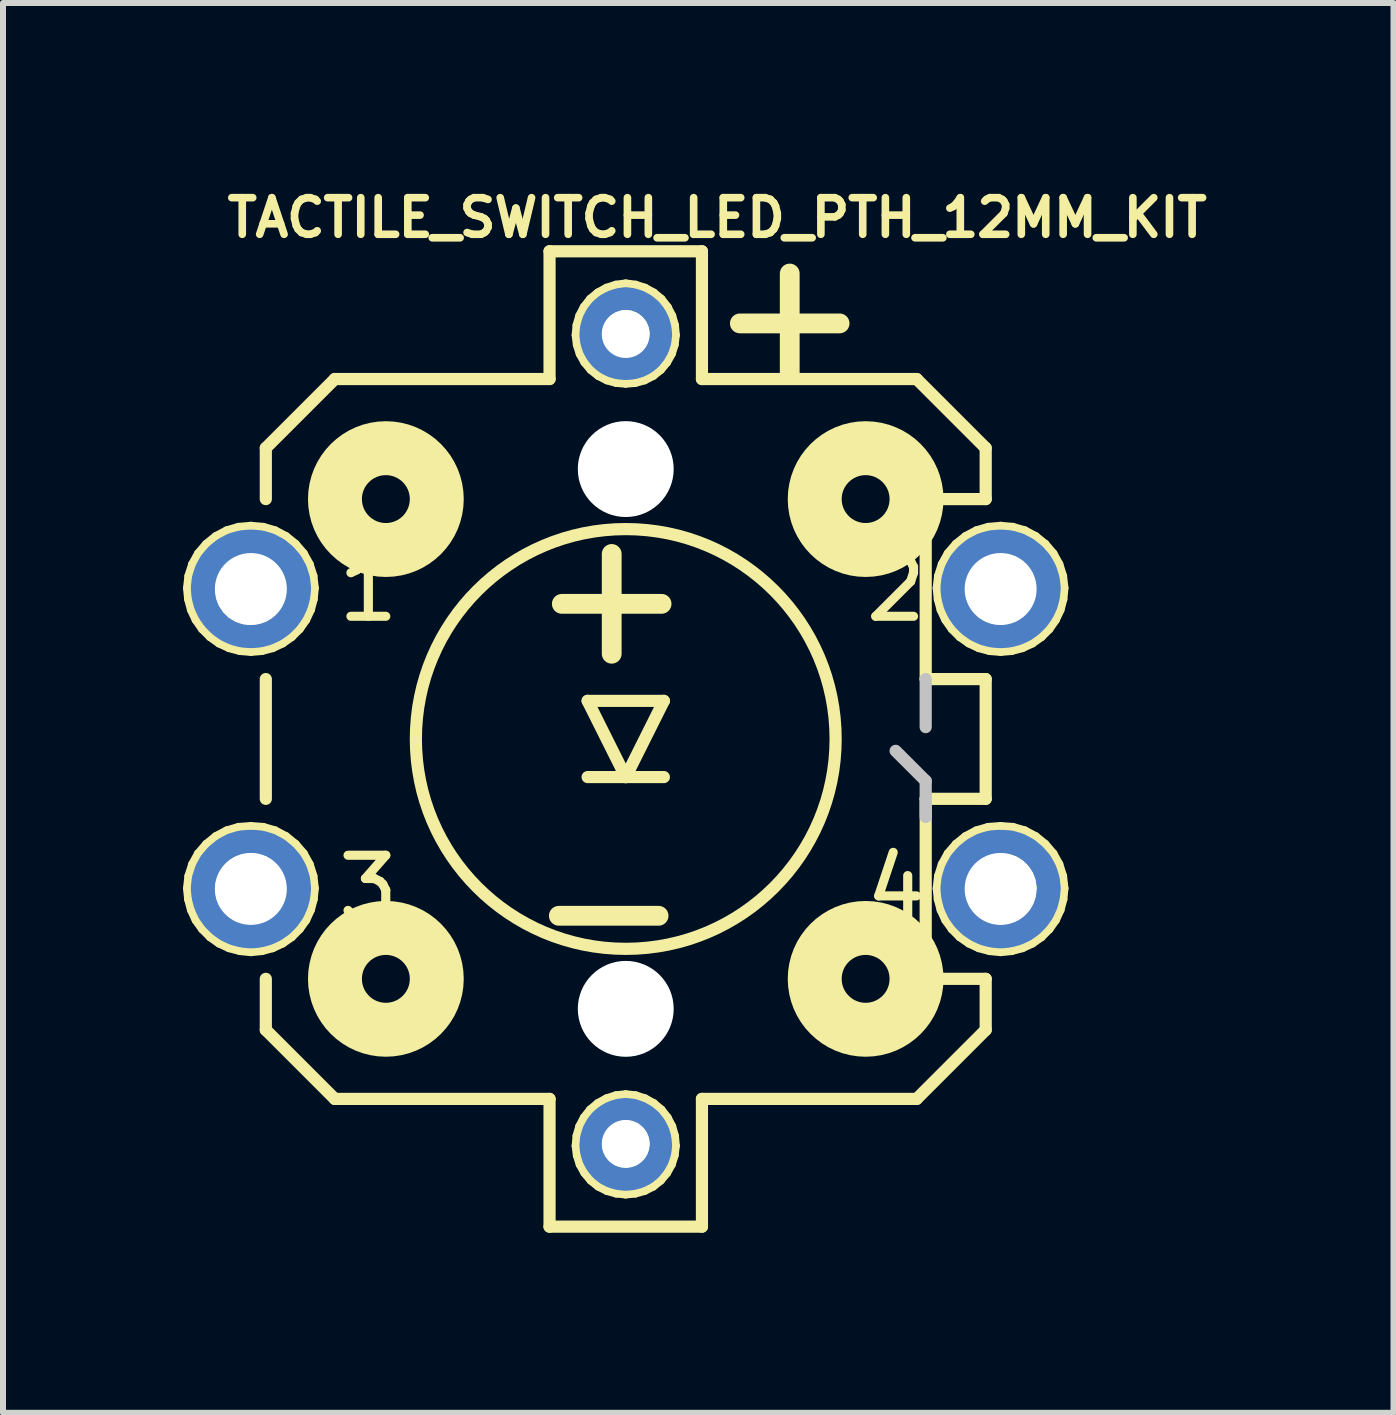
<source format=kicad_pcb>
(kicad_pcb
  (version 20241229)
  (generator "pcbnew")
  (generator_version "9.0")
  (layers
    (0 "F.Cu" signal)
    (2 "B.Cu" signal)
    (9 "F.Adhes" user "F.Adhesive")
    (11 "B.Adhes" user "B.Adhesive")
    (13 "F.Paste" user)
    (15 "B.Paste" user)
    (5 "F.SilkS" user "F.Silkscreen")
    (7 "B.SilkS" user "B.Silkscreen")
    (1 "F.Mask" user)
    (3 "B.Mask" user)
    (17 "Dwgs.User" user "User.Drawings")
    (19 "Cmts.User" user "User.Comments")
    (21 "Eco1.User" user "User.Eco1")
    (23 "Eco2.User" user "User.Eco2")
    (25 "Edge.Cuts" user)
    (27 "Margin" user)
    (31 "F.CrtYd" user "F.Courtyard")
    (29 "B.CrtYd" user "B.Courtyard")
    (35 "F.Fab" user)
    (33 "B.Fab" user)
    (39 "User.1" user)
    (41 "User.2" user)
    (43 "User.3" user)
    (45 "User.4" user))
  (footprint "TACTILE_SWITCH_LED_PTH_12MM_KIT"
    (layer "F.Cu")
    (at 7.379 9.266)
    (property "Reference" "TACTILE_SWITCH_LED_PTH_12MM_KIT" (at 1.524 -8.687 0) (layer "F.SilkS") (effects (font (size 0.61 0.61) (thickness 0.127))))
    (attr exclude_from_pos_files exclude_from_bom)
    (fp_line (start -7.315 -2.515) (end -7.297 -2.329) (stroke (width 0.127) (type solid)) (layer "F.SilkS"))
    (fp_line (start -7.315 2.489) (end -7.297 2.672) (stroke (width 0.127) (type solid)) (layer "F.SilkS"))
    (fp_line (start -7.297 -2.329) (end -7.249 -2.149) (stroke (width 0.127) (type solid)) (layer "F.SilkS"))
    (fp_line (start -7.297 2.672) (end -7.249 2.852) (stroke (width 0.127) (type solid)) (layer "F.SilkS"))
    (fp_line (start -7.292 -2.718) (end -7.315 -2.515) (stroke (width 0.127) (type solid)) (layer "F.SilkS"))
    (fp_line (start -7.292 2.283) (end -7.315 2.489) (stroke (width 0.127) (type solid)) (layer "F.SilkS"))
    (fp_line (start -7.249 -2.149) (end -7.17 -1.981) (stroke (width 0.127) (type solid)) (layer "F.SilkS"))
    (fp_line (start -7.249 2.852) (end -7.17 3.023) (stroke (width 0.127) (type solid)) (layer "F.SilkS"))
    (fp_line (start -7.229 -2.916) (end -7.292 -2.718) (stroke (width 0.127) (type solid)) (layer "F.SilkS"))
    (fp_line (start -7.229 2.085) (end -7.292 2.283) (stroke (width 0.127) (type solid)) (layer "F.SilkS"))
    (fp_line (start -7.17 -1.981) (end -7.064 -1.829) (stroke (width 0.127) (type solid)) (layer "F.SilkS"))
    (fp_line (start -7.17 3.023) (end -7.064 3.172) (stroke (width 0.127) (type solid)) (layer "F.SilkS"))
    (fp_line (start -7.13 -3.096) (end -7.229 -2.916) (stroke (width 0.127) (type solid)) (layer "F.SilkS"))
    (fp_line (start -7.13 1.905) (end -7.229 2.085) (stroke (width 0.127) (type solid)) (layer "F.SilkS"))
    (fp_line (start -7.064 -1.829) (end -6.932 -1.697) (stroke (width 0.127) (type solid)) (layer "F.SilkS"))
    (fp_line (start -7.064 3.172) (end -6.932 3.305) (stroke (width 0.127) (type solid)) (layer "F.SilkS"))
    (fp_line (start -6.995 -3.254) (end -7.13 -3.096) (stroke (width 0.127) (type solid)) (layer "F.SilkS"))
    (fp_line (start -6.995 1.748) (end -7.13 1.905) (stroke (width 0.127) (type solid)) (layer "F.SilkS"))
    (fp_line (start -6.932 -1.697) (end -6.782 -1.59) (stroke (width 0.127) (type solid)) (layer "F.SilkS"))
    (fp_line (start -6.932 3.305) (end -6.782 3.411) (stroke (width 0.127) (type solid)) (layer "F.SilkS"))
    (fp_line (start -6.835 -3.383) (end -6.995 -3.254) (stroke (width 0.127) (type solid)) (layer "F.SilkS"))
    (fp_line (start -6.835 1.618) (end -6.995 1.748) (stroke (width 0.127) (type solid)) (layer "F.SilkS"))
    (fp_line (start -6.782 -1.59) (end -6.612 -1.511) (stroke (width 0.127) (type solid)) (layer "F.SilkS"))
    (fp_line (start -6.782 2.52) (end -6.764 2.634) (stroke (width 0.127) (type solid)) (layer "F.SilkS"))
    (fp_line (start -6.782 3.411) (end -6.612 3.49) (stroke (width 0.127) (type solid)) (layer "F.SilkS"))
    (fp_line (start -6.777 -2.469) (end -6.761 -2.355) (stroke (width 0.127) (type solid)) (layer "F.SilkS"))
    (fp_line (start -6.769 2.398) (end -6.782 2.52) (stroke (width 0.127) (type solid)) (layer "F.SilkS"))
    (fp_line (start -6.767 -2.591) (end -6.777 -2.469) (stroke (width 0.127) (type solid)) (layer "F.SilkS"))
    (fp_line (start -6.764 2.634) (end -6.723 2.741) (stroke (width 0.127) (type solid)) (layer "F.SilkS"))
    (fp_line (start -6.761 -2.355) (end -6.721 -2.248) (stroke (width 0.127) (type solid)) (layer "F.SilkS"))
    (fp_line (start -6.731 2.283) (end -6.769 2.398) (stroke (width 0.127) (type solid)) (layer "F.SilkS"))
    (fp_line (start -6.728 -2.705) (end -6.767 -2.591) (stroke (width 0.127) (type solid)) (layer "F.SilkS"))
    (fp_line (start -6.723 2.741) (end -6.66 2.837) (stroke (width 0.127) (type solid)) (layer "F.SilkS"))
    (fp_line (start -6.721 -2.248) (end -6.657 -2.151) (stroke (width 0.127) (type solid)) (layer "F.SilkS"))
    (fp_line (start -6.67 2.179) (end -6.731 2.283) (stroke (width 0.127) (type solid)) (layer "F.SilkS"))
    (fp_line (start -6.668 -2.809) (end -6.728 -2.705) (stroke (width 0.127) (type solid)) (layer "F.SilkS"))
    (fp_line (start -6.66 2.837) (end -6.576 2.918) (stroke (width 0.127) (type solid)) (layer "F.SilkS"))
    (fp_line (start -6.657 -2.151) (end -6.574 -2.07) (stroke (width 0.127) (type solid)) (layer "F.SilkS"))
    (fp_line (start -6.652 -3.48) (end -6.835 -3.383) (stroke (width 0.127) (type solid)) (layer "F.SilkS"))
    (fp_line (start -6.652 1.521) (end -6.835 1.618) (stroke (width 0.127) (type solid)) (layer "F.SilkS"))
    (fp_line (start -6.612 -1.511) (end -6.431 -1.463) (stroke (width 0.127) (type solid)) (layer "F.SilkS"))
    (fp_line (start -6.612 3.49) (end -6.431 3.538) (stroke (width 0.127) (type solid)) (layer "F.SilkS"))
    (fp_line (start -6.586 2.093) (end -6.67 2.179) (stroke (width 0.127) (type solid)) (layer "F.SilkS"))
    (fp_line (start -6.584 -2.896) (end -6.668 -2.809) (stroke (width 0.127) (type solid)) (layer "F.SilkS"))
    (fp_line (start -6.576 2.918) (end -6.477 2.977) (stroke (width 0.127) (type solid)) (layer "F.SilkS"))
    (fp_line (start -6.574 -2.07) (end -6.474 -2.012) (stroke (width 0.127) (type solid)) (layer "F.SilkS"))
    (fp_line (start -6.485 2.024) (end -6.586 2.093) (stroke (width 0.127) (type solid)) (layer "F.SilkS"))
    (fp_line (start -6.482 -2.964) (end -6.584 -2.896) (stroke (width 0.127) (type solid)) (layer "F.SilkS"))
    (fp_line (start -6.477 2.977) (end -6.368 3.012) (stroke (width 0.127) (type solid)) (layer "F.SilkS"))
    (fp_line (start -6.474 -2.012) (end -6.365 -1.976) (stroke (width 0.127) (type solid)) (layer "F.SilkS"))
    (fp_line (start -6.454 -3.538) (end -6.652 -3.48) (stroke (width 0.127) (type solid)) (layer "F.SilkS"))
    (fp_line (start -6.454 1.463) (end -6.652 1.521) (stroke (width 0.127) (type solid)) (layer "F.SilkS"))
    (fp_line (start -6.431 -1.463) (end -6.248 -1.448) (stroke (width 0.127) (type solid)) (layer "F.SilkS"))
    (fp_line (start -6.431 3.538) (end -6.248 3.556) (stroke (width 0.127) (type solid)) (layer "F.SilkS"))
    (fp_line (start -6.373 1.984) (end -6.485 2.024) (stroke (width 0.127) (type solid)) (layer "F.SilkS"))
    (fp_line (start -6.37 -3.005) (end -6.482 -2.964) (stroke (width 0.127) (type solid)) (layer "F.SilkS"))
    (fp_line (start -6.368 3.012) (end -6.253 3.025) (stroke (width 0.127) (type solid)) (layer "F.SilkS"))
    (fp_line (start -6.365 -1.976) (end -6.251 -1.963) (stroke (width 0.127) (type solid)) (layer "F.SilkS"))
    (fp_line (start -6.253 3.025) (end -6.134 3.007) (stroke (width 0.127) (type solid)) (layer "F.SilkS"))
    (fp_line (start -6.251 -1.963) (end -6.132 -1.981) (stroke (width 0.127) (type solid)) (layer "F.SilkS"))
    (fp_line (start -6.251 1.968) (end -6.373 1.984) (stroke (width 0.127) (type solid)) (layer "F.SilkS"))
    (fp_line (start -6.248 -3.556) (end -6.454 -3.538) (stroke (width 0.127) (type solid)) (layer "F.SilkS"))
    (fp_line (start -6.248 -3.02) (end -6.37 -3.005) (stroke (width 0.127) (type solid)) (layer "F.SilkS"))
    (fp_line (start -6.248 -1.448) (end -6.063 -1.463) (stroke (width 0.127) (type solid)) (layer "F.SilkS"))
    (fp_line (start -6.248 1.448) (end -6.454 1.463) (stroke (width 0.127) (type solid)) (layer "F.SilkS"))
    (fp_line (start -6.248 3.556) (end -6.063 3.538) (stroke (width 0.127) (type solid)) (layer "F.SilkS"))
    (fp_line (start -6.137 1.979) (end -6.251 1.968) (stroke (width 0.127) (type solid)) (layer "F.SilkS"))
    (fp_line (start -6.134 -3.01) (end -6.248 -3.02) (stroke (width 0.127) (type solid)) (layer "F.SilkS"))
    (fp_line (start -6.134 3.007) (end -6.02 2.967) (stroke (width 0.127) (type solid)) (layer "F.SilkS"))
    (fp_line (start -6.132 -1.981) (end -6.017 -2.022) (stroke (width 0.127) (type solid)) (layer "F.SilkS"))
    (fp_line (start -6.063 -1.463) (end -5.883 -1.511) (stroke (width 0.127) (type solid)) (layer "F.SilkS"))
    (fp_line (start -6.063 3.538) (end -5.883 3.49) (stroke (width 0.127) (type solid)) (layer "F.SilkS"))
    (fp_line (start -6.04 -3.538) (end -6.248 -3.556) (stroke (width 0.127) (type solid)) (layer "F.SilkS"))
    (fp_line (start -6.04 1.463) (end -6.248 1.448) (stroke (width 0.127) (type solid)) (layer "F.SilkS"))
    (fp_line (start -6.027 2.014) (end -6.137 1.979) (stroke (width 0.127) (type solid)) (layer "F.SilkS"))
    (fp_line (start -6.025 -2.974) (end -6.134 -3.01) (stroke (width 0.127) (type solid)) (layer "F.SilkS"))
    (fp_line (start -6.02 2.967) (end -5.921 2.901) (stroke (width 0.127) (type solid)) (layer "F.SilkS"))
    (fp_line (start -6.017 -2.022) (end -5.918 -2.088) (stroke (width 0.127) (type solid)) (layer "F.SilkS"))
    (fp_line (start -5.999 -4.849) (end -4.849 -5.999) (stroke (width 0.203) (type solid)) (layer "F.SilkS"))
    (fp_line (start -5.999 -3.998) (end -5.999 -4.849) (stroke (width 0.203) (type solid)) (layer "F.SilkS"))
    (fp_line (start -5.999 0.998) (end -5.999 -0.998) (stroke (width 0.203) (type solid)) (layer "F.SilkS"))
    (fp_line (start -5.999 4.849) (end -5.999 3.998) (stroke (width 0.203) (type solid)) (layer "F.SilkS"))
    (fp_line (start -5.928 2.075) (end -6.027 2.014) (stroke (width 0.127) (type solid)) (layer "F.SilkS"))
    (fp_line (start -5.926 -2.913) (end -6.025 -2.974) (stroke (width 0.127) (type solid)) (layer "F.SilkS"))
    (fp_line (start -5.921 2.901) (end -5.837 2.814) (stroke (width 0.127) (type solid)) (layer "F.SilkS"))
    (fp_line (start -5.918 -2.088) (end -5.834 -2.174) (stroke (width 0.127) (type solid)) (layer "F.SilkS"))
    (fp_line (start -5.883 -1.511) (end -5.715 -1.59) (stroke (width 0.127) (type solid)) (layer "F.SilkS"))
    (fp_line (start -5.883 3.49) (end -5.715 3.411) (stroke (width 0.127) (type solid)) (layer "F.SilkS"))
    (fp_line (start -5.845 2.156) (end -5.928 2.075) (stroke (width 0.127) (type solid)) (layer "F.SilkS"))
    (fp_line (start -5.842 -3.48) (end -6.04 -3.538) (stroke (width 0.127) (type solid)) (layer "F.SilkS"))
    (fp_line (start -5.842 -2.832) (end -5.926 -2.913) (stroke (width 0.127) (type solid)) (layer "F.SilkS"))
    (fp_line (start -5.842 1.521) (end -6.04 1.463) (stroke (width 0.127) (type solid)) (layer "F.SilkS"))
    (fp_line (start -5.837 2.814) (end -5.776 2.71) (stroke (width 0.127) (type solid)) (layer "F.SilkS"))
    (fp_line (start -5.834 -2.174) (end -5.773 -2.278) (stroke (width 0.127) (type solid)) (layer "F.SilkS"))
    (fp_line (start -5.781 2.253) (end -5.845 2.156) (stroke (width 0.127) (type solid)) (layer "F.SilkS"))
    (fp_line (start -5.779 -2.736) (end -5.842 -2.832) (stroke (width 0.127) (type solid)) (layer "F.SilkS"))
    (fp_line (start -5.776 2.71) (end -5.738 2.598) (stroke (width 0.127) (type solid)) (layer "F.SilkS"))
    (fp_line (start -5.773 -2.278) (end -5.735 -2.39) (stroke (width 0.127) (type solid)) (layer "F.SilkS"))
    (fp_line (start -5.74 2.362) (end -5.781 2.253) (stroke (width 0.127) (type solid)) (layer "F.SilkS"))
    (fp_line (start -5.738 -2.626) (end -5.779 -2.736) (stroke (width 0.127) (type solid)) (layer "F.SilkS"))
    (fp_line (start -5.738 2.598) (end -5.728 2.479) (stroke (width 0.127) (type solid)) (layer "F.SilkS"))
    (fp_line (start -5.735 -2.39) (end -5.723 -2.51) (stroke (width 0.127) (type solid)) (layer "F.SilkS"))
    (fp_line (start -5.728 2.479) (end -5.74 2.362) (stroke (width 0.127) (type solid)) (layer "F.SilkS"))
    (fp_line (start -5.723 -2.51) (end -5.738 -2.626) (stroke (width 0.127) (type solid)) (layer "F.SilkS"))
    (fp_line (start -5.715 -1.59) (end -5.563 -1.697) (stroke (width 0.127) (type solid)) (layer "F.SilkS"))
    (fp_line (start -5.715 3.411) (end -5.563 3.305) (stroke (width 0.127) (type solid)) (layer "F.SilkS"))
    (fp_line (start -5.659 -3.383) (end -5.842 -3.48) (stroke (width 0.127) (type solid)) (layer "F.SilkS"))
    (fp_line (start -5.659 1.618) (end -5.842 1.521) (stroke (width 0.127) (type solid)) (layer "F.SilkS"))
    (fp_line (start -5.563 -1.697) (end -5.431 -1.829) (stroke (width 0.127) (type solid)) (layer "F.SilkS"))
    (fp_line (start -5.563 3.305) (end -5.431 3.172) (stroke (width 0.127) (type solid)) (layer "F.SilkS"))
    (fp_line (start -5.499 -3.254) (end -5.659 -3.383) (stroke (width 0.127) (type solid)) (layer "F.SilkS"))
    (fp_line (start -5.499 1.748) (end -5.659 1.618) (stroke (width 0.127) (type solid)) (layer "F.SilkS"))
    (fp_line (start -5.431 -1.829) (end -5.324 -1.981) (stroke (width 0.127) (type solid)) (layer "F.SilkS"))
    (fp_line (start -5.431 3.172) (end -5.324 3.023) (stroke (width 0.127) (type solid)) (layer "F.SilkS"))
    (fp_line (start -5.364 -3.096) (end -5.499 -3.254) (stroke (width 0.127) (type solid)) (layer "F.SilkS"))
    (fp_line (start -5.364 1.905) (end -5.499 1.748) (stroke (width 0.127) (type solid)) (layer "F.SilkS"))
    (fp_line (start -5.324 -1.981) (end -5.245 -2.149) (stroke (width 0.127) (type solid)) (layer "F.SilkS"))
    (fp_line (start -5.324 3.023) (end -5.245 2.852) (stroke (width 0.127) (type solid)) (layer "F.SilkS"))
    (fp_line (start -5.265 -2.916) (end -5.364 -3.096) (stroke (width 0.127) (type solid)) (layer "F.SilkS"))
    (fp_line (start -5.265 2.085) (end -5.364 1.905) (stroke (width 0.127) (type solid)) (layer "F.SilkS"))
    (fp_line (start -5.245 -2.149) (end -5.197 -2.329) (stroke (width 0.127) (type solid)) (layer "F.SilkS"))
    (fp_line (start -5.245 2.852) (end -5.197 2.672) (stroke (width 0.127) (type solid)) (layer "F.SilkS"))
    (fp_line (start -5.202 -2.718) (end -5.265 -2.916) (stroke (width 0.127) (type solid)) (layer "F.SilkS"))
    (fp_line (start -5.202 2.283) (end -5.265 2.085) (stroke (width 0.127) (type solid)) (layer "F.SilkS"))
    (fp_line (start -5.197 -2.329) (end -5.179 -2.515) (stroke (width 0.127) (type solid)) (layer "F.SilkS"))
    (fp_line (start -5.197 2.672) (end -5.179 2.489) (stroke (width 0.127) (type solid)) (layer "F.SilkS"))
    (fp_line (start -5.179 -2.515) (end -5.202 -2.718) (stroke (width 0.127) (type solid)) (layer "F.SilkS"))
    (fp_line (start -5.179 2.489) (end -5.202 2.283) (stroke (width 0.127) (type solid)) (layer "F.SilkS"))
    (fp_line (start -4.849 -5.999) (end -1.27 -5.999) (stroke (width 0.203) (type solid)) (layer "F.SilkS"))
    (fp_line (start -4.849 5.999) (end -5.999 4.849) (stroke (width 0.203) (type solid)) (layer "F.SilkS"))
    (fp_line (start -1.27 -8.128) (end 1.27 -8.128) (stroke (width 0.203) (type solid)) (layer "F.SilkS"))
    (fp_line (start -1.27 -5.999) (end -1.27 -8.128) (stroke (width 0.203) (type solid)) (layer "F.SilkS"))
    (fp_line (start -1.27 5.999) (end -4.849 5.999) (stroke (width 0.203) (type solid)) (layer "F.SilkS"))
    (fp_line (start -1.27 8.128) (end -1.27 5.999) (stroke (width 0.203) (type solid)) (layer "F.SilkS"))
    (fp_line (start -0.838 -6.731) (end -0.818 -6.568) (stroke (width 0.127) (type solid)) (layer "F.SilkS"))
    (fp_line (start -0.838 6.782) (end -0.818 6.942) (stroke (width 0.127) (type solid)) (layer "F.SilkS"))
    (fp_line (start -0.823 -6.896) (end -0.838 -6.731) (stroke (width 0.127) (type solid)) (layer "F.SilkS"))
    (fp_line (start -0.823 6.614) (end -0.838 6.782) (stroke (width 0.127) (type solid)) (layer "F.SilkS"))
    (fp_line (start -0.818 -6.568) (end -0.77 -6.416) (stroke (width 0.127) (type solid)) (layer "F.SilkS"))
    (fp_line (start -0.818 6.942) (end -0.77 7.094) (stroke (width 0.127) (type solid)) (layer "F.SilkS"))
    (fp_line (start -0.777 -7.056) (end -0.823 -6.896) (stroke (width 0.127) (type solid)) (layer "F.SilkS"))
    (fp_line (start -0.777 6.454) (end -0.823 6.614) (stroke (width 0.127) (type solid)) (layer "F.SilkS"))
    (fp_line (start -0.77 -6.416) (end -0.691 -6.274) (stroke (width 0.127) (type solid)) (layer "F.SilkS"))
    (fp_line (start -0.77 7.094) (end -0.691 7.236) (stroke (width 0.127) (type solid)) (layer "F.SilkS"))
    (fp_line (start -0.701 -7.203) (end -0.777 -7.056) (stroke (width 0.127) (type solid)) (layer "F.SilkS"))
    (fp_line (start -0.701 6.307) (end -0.777 6.454) (stroke (width 0.127) (type solid)) (layer "F.SilkS"))
    (fp_line (start -0.691 -6.274) (end -0.587 -6.149) (stroke (width 0.127) (type solid)) (layer "F.SilkS"))
    (fp_line (start -0.691 7.236) (end -0.587 7.361) (stroke (width 0.127) (type solid)) (layer "F.SilkS"))
    (fp_line (start -0.635 -0.635) (end 0 0.635) (stroke (width 0.203) (type solid)) (layer "F.SilkS"))
    (fp_line (start -0.597 -7.336) (end -0.701 -7.203) (stroke (width 0.127) (type solid)) (layer "F.SilkS"))
    (fp_line (start -0.597 6.175) (end -0.701 6.307) (stroke (width 0.127) (type solid)) (layer "F.SilkS"))
    (fp_line (start -0.587 -6.149) (end -0.46 -6.048) (stroke (width 0.127) (type solid)) (layer "F.SilkS"))
    (fp_line (start -0.587 7.361) (end -0.46 7.463) (stroke (width 0.127) (type solid)) (layer "F.SilkS"))
    (fp_line (start -0.47 -7.442) (end -0.597 -7.336) (stroke (width 0.127) (type solid)) (layer "F.SilkS"))
    (fp_line (start -0.47 6.068) (end -0.597 6.175) (stroke (width 0.127) (type solid)) (layer "F.SilkS"))
    (fp_line (start -0.46 -6.048) (end -0.315 -5.974) (stroke (width 0.127) (type solid)) (layer "F.SilkS"))
    (fp_line (start -0.46 7.463) (end -0.315 7.536) (stroke (width 0.127) (type solid)) (layer "F.SilkS"))
    (fp_line (start -0.33 -6.731) (end -0.315 -6.647) (stroke (width 0.127) (type solid)) (layer "F.SilkS"))
    (fp_line (start -0.33 6.774) (end -0.315 6.855) (stroke (width 0.127) (type solid)) (layer "F.SilkS"))
    (fp_line (start -0.323 -7.523) (end -0.47 -7.442) (stroke (width 0.127) (type solid)) (layer "F.SilkS"))
    (fp_line (start -0.323 -6.807) (end -0.33 -6.731) (stroke (width 0.127) (type solid)) (layer "F.SilkS"))
    (fp_line (start -0.323 5.987) (end -0.47 6.068) (stroke (width 0.127) (type solid)) (layer "F.SilkS"))
    (fp_line (start -0.323 6.695) (end -0.33 6.774) (stroke (width 0.127) (type solid)) (layer "F.SilkS"))
    (fp_line (start -0.315 -6.647) (end -0.279 -6.574) (stroke (width 0.127) (type solid)) (layer "F.SilkS"))
    (fp_line (start -0.315 -5.974) (end -0.16 -5.931) (stroke (width 0.127) (type solid)) (layer "F.SilkS"))
    (fp_line (start -0.315 6.855) (end -0.279 6.929) (stroke (width 0.127) (type solid)) (layer "F.SilkS"))
    (fp_line (start -0.315 7.536) (end -0.16 7.579) (stroke (width 0.127) (type solid)) (layer "F.SilkS"))
    (fp_line (start -0.3 -6.881) (end -0.323 -6.807) (stroke (width 0.127) (type solid)) (layer "F.SilkS"))
    (fp_line (start -0.3 6.622) (end -0.323 6.695) (stroke (width 0.127) (type solid)) (layer "F.SilkS"))
    (fp_line (start -0.279 -6.574) (end -0.226 -6.51) (stroke (width 0.127) (type solid)) (layer "F.SilkS"))
    (fp_line (start -0.279 6.929) (end -0.226 6.993) (stroke (width 0.127) (type solid)) (layer "F.SilkS"))
    (fp_line (start -0.262 -6.947) (end -0.3 -6.881) (stroke (width 0.127) (type solid)) (layer "F.SilkS"))
    (fp_line (start -0.262 6.556) (end -0.3 6.622) (stroke (width 0.127) (type solid)) (layer "F.SilkS"))
    (fp_line (start -0.226 -6.51) (end -0.16 -6.462) (stroke (width 0.127) (type solid)) (layer "F.SilkS"))
    (fp_line (start -0.226 6.993) (end -0.16 7.041) (stroke (width 0.127) (type solid)) (layer "F.SilkS"))
    (fp_line (start -0.211 -7.003) (end -0.262 -6.947) (stroke (width 0.127) (type solid)) (layer "F.SilkS"))
    (fp_line (start -0.211 6.5) (end -0.262 6.556) (stroke (width 0.127) (type solid)) (layer "F.SilkS"))
    (fp_line (start -0.165 -7.574) (end -0.323 -7.523) (stroke (width 0.127) (type solid)) (layer "F.SilkS"))
    (fp_line (start -0.165 5.936) (end -0.323 5.987) (stroke (width 0.127) (type solid)) (layer "F.SilkS"))
    (fp_line (start -0.16 -6.462) (end -0.081 -6.431) (stroke (width 0.127) (type solid)) (layer "F.SilkS"))
    (fp_line (start -0.16 -5.931) (end 0 -5.918) (stroke (width 0.127) (type solid)) (layer "F.SilkS"))
    (fp_line (start -0.16 7.041) (end -0.081 7.071) (stroke (width 0.127) (type solid)) (layer "F.SilkS"))
    (fp_line (start -0.16 7.579) (end 0 7.595) (stroke (width 0.127) (type solid)) (layer "F.SilkS"))
    (fp_line (start -0.147 -7.046) (end -0.211 -7.003) (stroke (width 0.127) (type solid)) (layer "F.SilkS"))
    (fp_line (start -0.147 6.457) (end -0.211 6.5) (stroke (width 0.127) (type solid)) (layer "F.SilkS"))
    (fp_line (start -0.081 -6.431) (end 0 -6.426) (stroke (width 0.127) (type solid)) (layer "F.SilkS"))
    (fp_line (start -0.081 7.071) (end 0 7.079) (stroke (width 0.127) (type solid)) (layer "F.SilkS"))
    (fp_line (start -0.074 -7.074) (end -0.147 -7.046) (stroke (width 0.127) (type solid)) (layer "F.SilkS"))
    (fp_line (start -0.074 6.429) (end -0.147 6.457) (stroke (width 0.127) (type solid)) (layer "F.SilkS"))
    (fp_line (start 0 -7.595) (end -0.165 -7.574) (stroke (width 0.127) (type solid)) (layer "F.SilkS"))
    (fp_line (start 0 -7.087) (end -0.074 -7.074) (stroke (width 0.127) (type solid)) (layer "F.SilkS"))
    (fp_line (start 0 -6.426) (end 0.071 -6.434) (stroke (width 0.127) (type solid)) (layer "F.SilkS"))
    (fp_line (start 0 -5.918) (end 0.16 -5.931) (stroke (width 0.127) (type solid)) (layer "F.SilkS"))
    (fp_line (start 0 0.635) (end -0.635 0.635) (stroke (width 0.203) (type solid)) (layer "F.SilkS"))
    (fp_line (start 0 0.635) (end 0.635 -0.635) (stroke (width 0.203) (type solid)) (layer "F.SilkS"))
    (fp_line (start 0 5.918) (end -0.165 5.936) (stroke (width 0.127) (type solid)) (layer "F.SilkS"))
    (fp_line (start 0 6.419) (end -0.074 6.429) (stroke (width 0.127) (type solid)) (layer "F.SilkS"))
    (fp_line (start 0 7.079) (end 0.071 7.069) (stroke (width 0.127) (type solid)) (layer "F.SilkS"))
    (fp_line (start 0 7.595) (end 0.16 7.579) (stroke (width 0.127) (type solid)) (layer "F.SilkS"))
    (fp_line (start 0.071 -6.434) (end 0.142 -6.457) (stroke (width 0.127) (type solid)) (layer "F.SilkS"))
    (fp_line (start 0.071 7.069) (end 0.142 7.046) (stroke (width 0.127) (type solid)) (layer "F.SilkS"))
    (fp_line (start 0.084 -7.074) (end 0 -7.087) (stroke (width 0.127) (type solid)) (layer "F.SilkS"))
    (fp_line (start 0.084 6.429) (end 0 6.419) (stroke (width 0.127) (type solid)) (layer "F.SilkS"))
    (fp_line (start 0.142 -6.457) (end 0.206 -6.497) (stroke (width 0.127) (type solid)) (layer "F.SilkS"))
    (fp_line (start 0.142 7.046) (end 0.206 7.005) (stroke (width 0.127) (type solid)) (layer "F.SilkS"))
    (fp_line (start 0.16 -5.931) (end 0.315 -5.974) (stroke (width 0.127) (type solid)) (layer "F.SilkS"))
    (fp_line (start 0.16 7.579) (end 0.315 7.536) (stroke (width 0.127) (type solid)) (layer "F.SilkS"))
    (fp_line (start 0.165 -7.574) (end 0 -7.595) (stroke (width 0.127) (type solid)) (layer "F.SilkS"))
    (fp_line (start 0.165 -7.041) (end 0.084 -7.074) (stroke (width 0.127) (type solid)) (layer "F.SilkS"))
    (fp_line (start 0.165 5.936) (end 0 5.918) (stroke (width 0.127) (type solid)) (layer "F.SilkS"))
    (fp_line (start 0.165 6.462) (end 0.084 6.429) (stroke (width 0.127) (type solid)) (layer "F.SilkS"))
    (fp_line (start 0.206 -6.497) (end 0.257 -6.548) (stroke (width 0.127) (type solid)) (layer "F.SilkS"))
    (fp_line (start 0.206 7.005) (end 0.257 6.955) (stroke (width 0.127) (type solid)) (layer "F.SilkS"))
    (fp_line (start 0.231 -6.988) (end 0.165 -7.041) (stroke (width 0.127) (type solid)) (layer "F.SilkS"))
    (fp_line (start 0.231 6.515) (end 0.165 6.462) (stroke (width 0.127) (type solid)) (layer "F.SilkS"))
    (fp_line (start 0.257 -6.548) (end 0.297 -6.612) (stroke (width 0.127) (type solid)) (layer "F.SilkS"))
    (fp_line (start 0.257 6.955) (end 0.297 6.891) (stroke (width 0.127) (type solid)) (layer "F.SilkS"))
    (fp_line (start 0.284 -6.921) (end 0.231 -6.988) (stroke (width 0.127) (type solid)) (layer "F.SilkS"))
    (fp_line (start 0.284 6.584) (end 0.231 6.515) (stroke (width 0.127) (type solid)) (layer "F.SilkS"))
    (fp_line (start 0.297 -6.612) (end 0.32 -6.683) (stroke (width 0.127) (type solid)) (layer "F.SilkS"))
    (fp_line (start 0.297 6.891) (end 0.32 6.82) (stroke (width 0.127) (type solid)) (layer "F.SilkS"))
    (fp_line (start 0.315 -5.974) (end 0.46 -6.048) (stroke (width 0.127) (type solid)) (layer "F.SilkS"))
    (fp_line (start 0.315 7.536) (end 0.46 7.463) (stroke (width 0.127) (type solid)) (layer "F.SilkS"))
    (fp_line (start 0.318 -6.84) (end 0.284 -6.921) (stroke (width 0.127) (type solid)) (layer "F.SilkS"))
    (fp_line (start 0.318 6.662) (end 0.284 6.584) (stroke (width 0.127) (type solid)) (layer "F.SilkS"))
    (fp_line (start 0.32 -6.683) (end 0.33 -6.756) (stroke (width 0.127) (type solid)) (layer "F.SilkS"))
    (fp_line (start 0.32 6.82) (end 0.33 6.749) (stroke (width 0.127) (type solid)) (layer "F.SilkS"))
    (fp_line (start 0.323 -7.523) (end 0.165 -7.574) (stroke (width 0.127) (type solid)) (layer "F.SilkS"))
    (fp_line (start 0.323 5.987) (end 0.165 5.936) (stroke (width 0.127) (type solid)) (layer "F.SilkS"))
    (fp_line (start 0.33 -6.756) (end 0.318 -6.84) (stroke (width 0.127) (type solid)) (layer "F.SilkS"))
    (fp_line (start 0.33 6.749) (end 0.318 6.662) (stroke (width 0.127) (type solid)) (layer "F.SilkS"))
    (fp_line (start 0.46 -6.048) (end 0.587 -6.149) (stroke (width 0.127) (type solid)) (layer "F.SilkS"))
    (fp_line (start 0.46 7.463) (end 0.587 7.361) (stroke (width 0.127) (type solid)) (layer "F.SilkS"))
    (fp_line (start 0.47 -7.442) (end 0.323 -7.523) (stroke (width 0.127) (type solid)) (layer "F.SilkS"))
    (fp_line (start 0.47 6.068) (end 0.323 5.987) (stroke (width 0.127) (type solid)) (layer "F.SilkS"))
    (fp_line (start 0.587 -6.149) (end 0.691 -6.274) (stroke (width 0.127) (type solid)) (layer "F.SilkS"))
    (fp_line (start 0.587 7.361) (end 0.691 7.236) (stroke (width 0.127) (type solid)) (layer "F.SilkS"))
    (fp_line (start 0.597 -7.336) (end 0.47 -7.442) (stroke (width 0.127) (type solid)) (layer "F.SilkS"))
    (fp_line (start 0.597 6.175) (end 0.47 6.068) (stroke (width 0.127) (type solid)) (layer "F.SilkS"))
    (fp_line (start 0.635 -0.635) (end -0.635 -0.635) (stroke (width 0.203) (type solid)) (layer "F.SilkS"))
    (fp_line (start 0.635 0.635) (end 0 0.635) (stroke (width 0.203) (type solid)) (layer "F.SilkS"))
    (fp_line (start 0.691 -6.274) (end 0.77 -6.416) (stroke (width 0.127) (type solid)) (layer "F.SilkS"))
    (fp_line (start 0.691 7.236) (end 0.77 7.094) (stroke (width 0.127) (type solid)) (layer "F.SilkS"))
    (fp_line (start 0.701 -7.203) (end 0.597 -7.336) (stroke (width 0.127) (type solid)) (layer "F.SilkS"))
    (fp_line (start 0.701 6.307) (end 0.597 6.175) (stroke (width 0.127) (type solid)) (layer "F.SilkS"))
    (fp_line (start 0.77 -6.416) (end 0.818 -6.568) (stroke (width 0.127) (type solid)) (layer "F.SilkS"))
    (fp_line (start 0.77 7.094) (end 0.818 6.942) (stroke (width 0.127) (type solid)) (layer "F.SilkS"))
    (fp_line (start 0.777 -7.056) (end 0.701 -7.203) (stroke (width 0.127) (type solid)) (layer "F.SilkS"))
    (fp_line (start 0.777 6.454) (end 0.701 6.307) (stroke (width 0.127) (type solid)) (layer "F.SilkS"))
    (fp_line (start 0.818 -6.568) (end 0.838 -6.731) (stroke (width 0.127) (type solid)) (layer "F.SilkS"))
    (fp_line (start 0.818 6.942) (end 0.838 6.782) (stroke (width 0.127) (type solid)) (layer "F.SilkS"))
    (fp_line (start 0.823 -6.896) (end 0.777 -7.056) (stroke (width 0.127) (type solid)) (layer "F.SilkS"))
    (fp_line (start 0.823 6.614) (end 0.777 6.454) (stroke (width 0.127) (type solid)) (layer "F.SilkS"))
    (fp_line (start 0.838 -6.731) (end 0.823 -6.896) (stroke (width 0.127) (type solid)) (layer "F.SilkS"))
    (fp_line (start 0.838 6.782) (end 0.823 6.614) (stroke (width 0.127) (type solid)) (layer "F.SilkS"))
    (fp_line (start 1.27 -8.128) (end 1.27 -5.999) (stroke (width 0.203) (type solid)) (layer "F.SilkS"))
    (fp_line (start 1.27 -5.999) (end 4.849 -5.999) (stroke (width 0.203) (type solid)) (layer "F.SilkS"))
    (fp_line (start 1.27 5.999) (end 1.27 8.128) (stroke (width 0.203) (type solid)) (layer "F.SilkS"))
    (fp_line (start 1.27 8.128) (end -1.27 8.128) (stroke (width 0.203) (type solid)) (layer "F.SilkS"))
    (fp_line (start 4.849 -5.999) (end 5.999 -4.849) (stroke (width 0.203) (type solid)) (layer "F.SilkS"))
    (fp_line (start 4.849 5.999) (end 1.27 5.999) (stroke (width 0.203) (type solid)) (layer "F.SilkS"))
    (fp_line (start 4.999 -3.998) (end 5.999 -3.998) (stroke (width 0.203) (type solid)) (layer "F.SilkS"))
    (fp_line (start 4.999 -0.998) (end 4.999 -3.998) (stroke (width 0.203) (type solid)) (layer "F.SilkS"))
    (fp_line (start 4.999 0.998) (end 4.999 3.998) (stroke (width 0.203) (type solid)) (layer "F.SilkS"))
    (fp_line (start 4.999 3.998) (end 5.999 3.998) (stroke (width 0.203) (type solid)) (layer "F.SilkS"))
    (fp_line (start 5.179 -2.515) (end 5.197 -2.329) (stroke (width 0.127) (type solid)) (layer "F.SilkS"))
    (fp_line (start 5.179 2.489) (end 5.197 2.672) (stroke (width 0.127) (type solid)) (layer "F.SilkS"))
    (fp_line (start 5.197 -2.329) (end 5.245 -2.149) (stroke (width 0.127) (type solid)) (layer "F.SilkS"))
    (fp_line (start 5.197 2.672) (end 5.245 2.852) (stroke (width 0.127) (type solid)) (layer "F.SilkS"))
    (fp_line (start 5.202 -2.718) (end 5.179 -2.515) (stroke (width 0.127) (type solid)) (layer "F.SilkS"))
    (fp_line (start 5.202 2.283) (end 5.179 2.489) (stroke (width 0.127) (type solid)) (layer "F.SilkS"))
    (fp_line (start 5.245 -2.149) (end 5.324 -1.981) (stroke (width 0.127) (type solid)) (layer "F.SilkS"))
    (fp_line (start 5.245 2.852) (end 5.324 3.023) (stroke (width 0.127) (type solid)) (layer "F.SilkS"))
    (fp_line (start 5.265 -2.916) (end 5.202 -2.718) (stroke (width 0.127) (type solid)) (layer "F.SilkS"))
    (fp_line (start 5.265 2.085) (end 5.202 2.283) (stroke (width 0.127) (type solid)) (layer "F.SilkS"))
    (fp_line (start 5.324 -1.981) (end 5.431 -1.829) (stroke (width 0.127) (type solid)) (layer "F.SilkS"))
    (fp_line (start 5.324 3.023) (end 5.431 3.172) (stroke (width 0.127) (type solid)) (layer "F.SilkS"))
    (fp_line (start 5.364 -3.096) (end 5.265 -2.916) (stroke (width 0.127) (type solid)) (layer "F.SilkS"))
    (fp_line (start 5.364 1.905) (end 5.265 2.085) (stroke (width 0.127) (type solid)) (layer "F.SilkS"))
    (fp_line (start 5.431 -1.829) (end 5.563 -1.697) (stroke (width 0.127) (type solid)) (layer "F.SilkS"))
    (fp_line (start 5.431 3.172) (end 5.563 3.305) (stroke (width 0.127) (type solid)) (layer "F.SilkS"))
    (fp_line (start 5.499 -3.254) (end 5.364 -3.096) (stroke (width 0.127) (type solid)) (layer "F.SilkS"))
    (fp_line (start 5.499 1.748) (end 5.364 1.905) (stroke (width 0.127) (type solid)) (layer "F.SilkS"))
    (fp_line (start 5.563 -1.697) (end 5.715 -1.59) (stroke (width 0.127) (type solid)) (layer "F.SilkS"))
    (fp_line (start 5.563 3.305) (end 5.715 3.411) (stroke (width 0.127) (type solid)) (layer "F.SilkS"))
    (fp_line (start 5.659 -3.383) (end 5.499 -3.254) (stroke (width 0.127) (type solid)) (layer "F.SilkS"))
    (fp_line (start 5.659 1.618) (end 5.499 1.748) (stroke (width 0.127) (type solid)) (layer "F.SilkS"))
    (fp_line (start 5.715 -1.59) (end 5.883 -1.511) (stroke (width 0.127) (type solid)) (layer "F.SilkS"))
    (fp_line (start 5.715 3.411) (end 5.883 3.49) (stroke (width 0.127) (type solid)) (layer "F.SilkS"))
    (fp_line (start 5.72 -2.471) (end 5.738 -2.357) (stroke (width 0.127) (type solid)) (layer "F.SilkS"))
    (fp_line (start 5.728 2.525) (end 5.743 2.639) (stroke (width 0.127) (type solid)) (layer "F.SilkS"))
    (fp_line (start 5.733 -2.593) (end 5.72 -2.471) (stroke (width 0.127) (type solid)) (layer "F.SilkS"))
    (fp_line (start 5.738 -2.357) (end 5.779 -2.25) (stroke (width 0.127) (type solid)) (layer "F.SilkS"))
    (fp_line (start 5.738 2.403) (end 5.728 2.525) (stroke (width 0.127) (type solid)) (layer "F.SilkS"))
    (fp_line (start 5.743 2.639) (end 5.784 2.746) (stroke (width 0.127) (type solid)) (layer "F.SilkS"))
    (fp_line (start 5.771 -2.708) (end 5.733 -2.593) (stroke (width 0.127) (type solid)) (layer "F.SilkS"))
    (fp_line (start 5.776 2.289) (end 5.738 2.403) (stroke (width 0.127) (type solid)) (layer "F.SilkS"))
    (fp_line (start 5.779 -2.25) (end 5.842 -2.154) (stroke (width 0.127) (type solid)) (layer "F.SilkS"))
    (fp_line (start 5.784 2.746) (end 5.847 2.842) (stroke (width 0.127) (type solid)) (layer "F.SilkS"))
    (fp_line (start 5.832 -2.812) (end 5.771 -2.708) (stroke (width 0.127) (type solid)) (layer "F.SilkS"))
    (fp_line (start 5.837 2.184) (end 5.776 2.289) (stroke (width 0.127) (type solid)) (layer "F.SilkS"))
    (fp_line (start 5.842 -3.48) (end 5.659 -3.383) (stroke (width 0.127) (type solid)) (layer "F.SilkS"))
    (fp_line (start 5.842 -2.154) (end 5.926 -2.073) (stroke (width 0.127) (type solid)) (layer "F.SilkS"))
    (fp_line (start 5.842 1.521) (end 5.659 1.618) (stroke (width 0.127) (type solid)) (layer "F.SilkS"))
    (fp_line (start 5.847 2.842) (end 5.931 2.924) (stroke (width 0.127) (type solid)) (layer "F.SilkS"))
    (fp_line (start 5.883 -1.511) (end 6.063 -1.463) (stroke (width 0.127) (type solid)) (layer "F.SilkS"))
    (fp_line (start 5.883 3.49) (end 6.063 3.538) (stroke (width 0.127) (type solid)) (layer "F.SilkS"))
    (fp_line (start 5.916 -2.898) (end 5.832 -2.812) (stroke (width 0.127) (type solid)) (layer "F.SilkS"))
    (fp_line (start 5.921 2.098) (end 5.837 2.184) (stroke (width 0.127) (type solid)) (layer "F.SilkS"))
    (fp_line (start 5.926 -2.073) (end 6.025 -2.014) (stroke (width 0.127) (type solid)) (layer "F.SilkS"))
    (fp_line (start 5.931 2.924) (end 6.03 2.982) (stroke (width 0.127) (type solid)) (layer "F.SilkS"))
    (fp_line (start 5.999 -4.849) (end 5.999 -3.998) (stroke (width 0.203) (type solid)) (layer "F.SilkS"))
    (fp_line (start 5.999 -0.998) (end 4.999 -0.998) (stroke (width 0.203) (type solid)) (layer "F.SilkS"))
    (fp_line (start 5.999 -0.998) (end 5.999 0.998) (stroke (width 0.203) (type solid)) (layer "F.SilkS"))
    (fp_line (start 5.999 0.998) (end 4.999 0.998) (stroke (width 0.203) (type solid)) (layer "F.SilkS"))
    (fp_line (start 5.999 3.998) (end 5.999 4.849) (stroke (width 0.203) (type solid)) (layer "F.SilkS"))
    (fp_line (start 5.999 4.849) (end 4.849 5.999) (stroke (width 0.203) (type solid)) (layer "F.SilkS"))
    (fp_line (start 6.017 -2.967) (end 5.916 -2.898) (stroke (width 0.127) (type solid)) (layer "F.SilkS"))
    (fp_line (start 6.022 2.029) (end 5.921 2.098) (stroke (width 0.127) (type solid)) (layer "F.SilkS"))
    (fp_line (start 6.025 -2.014) (end 6.134 -1.979) (stroke (width 0.127) (type solid)) (layer "F.SilkS"))
    (fp_line (start 6.03 2.982) (end 6.139 3.018) (stroke (width 0.127) (type solid)) (layer "F.SilkS"))
    (fp_line (start 6.04 -3.538) (end 5.842 -3.48) (stroke (width 0.127) (type solid)) (layer "F.SilkS"))
    (fp_line (start 6.04 1.463) (end 5.842 1.521) (stroke (width 0.127) (type solid)) (layer "F.SilkS"))
    (fp_line (start 6.063 -1.463) (end 6.248 -1.448) (stroke (width 0.127) (type solid)) (layer "F.SilkS"))
    (fp_line (start 6.063 3.538) (end 6.248 3.556) (stroke (width 0.127) (type solid)) (layer "F.SilkS"))
    (fp_line (start 6.129 -3.007) (end 6.017 -2.967) (stroke (width 0.127) (type solid)) (layer "F.SilkS"))
    (fp_line (start 6.134 -1.979) (end 6.248 -1.966) (stroke (width 0.127) (type solid)) (layer "F.SilkS"))
    (fp_line (start 6.134 1.989) (end 6.022 2.029) (stroke (width 0.127) (type solid)) (layer "F.SilkS"))
    (fp_line (start 6.139 3.018) (end 6.253 3.03) (stroke (width 0.127) (type solid)) (layer "F.SilkS"))
    (fp_line (start 6.248 -3.556) (end 6.04 -3.538) (stroke (width 0.127) (type solid)) (layer "F.SilkS"))
    (fp_line (start 6.248 -1.966) (end 6.368 -1.984) (stroke (width 0.127) (type solid)) (layer "F.SilkS"))
    (fp_line (start 6.248 -1.448) (end 6.431 -1.463) (stroke (width 0.127) (type solid)) (layer "F.SilkS"))
    (fp_line (start 6.248 1.448) (end 6.04 1.463) (stroke (width 0.127) (type solid)) (layer "F.SilkS"))
    (fp_line (start 6.248 3.556) (end 6.431 3.538) (stroke (width 0.127) (type solid)) (layer "F.SilkS"))
    (fp_line (start 6.251 -3.023) (end 6.129 -3.007) (stroke (width 0.127) (type solid)) (layer "F.SilkS"))
    (fp_line (start 6.253 3.03) (end 6.373 3.012) (stroke (width 0.127) (type solid)) (layer "F.SilkS"))
    (fp_line (start 6.256 1.974) (end 6.134 1.989) (stroke (width 0.127) (type solid)) (layer "F.SilkS"))
    (fp_line (start 6.365 -3.012) (end 6.251 -3.023) (stroke (width 0.127) (type solid)) (layer "F.SilkS"))
    (fp_line (start 6.368 -1.984) (end 6.482 -2.024) (stroke (width 0.127) (type solid)) (layer "F.SilkS"))
    (fp_line (start 6.37 1.984) (end 6.256 1.974) (stroke (width 0.127) (type solid)) (layer "F.SilkS"))
    (fp_line (start 6.373 3.012) (end 6.487 2.972) (stroke (width 0.127) (type solid)) (layer "F.SilkS"))
    (fp_line (start 6.431 -1.463) (end 6.612 -1.511) (stroke (width 0.127) (type solid)) (layer "F.SilkS"))
    (fp_line (start 6.431 3.538) (end 6.612 3.49) (stroke (width 0.127) (type solid)) (layer "F.SilkS"))
    (fp_line (start 6.454 -3.538) (end 6.248 -3.556) (stroke (width 0.127) (type solid)) (layer "F.SilkS"))
    (fp_line (start 6.454 1.463) (end 6.248 1.448) (stroke (width 0.127) (type solid)) (layer "F.SilkS"))
    (fp_line (start 6.474 -2.977) (end 6.365 -3.012) (stroke (width 0.127) (type solid)) (layer "F.SilkS"))
    (fp_line (start 6.48 2.019) (end 6.37 1.984) (stroke (width 0.127) (type solid)) (layer "F.SilkS"))
    (fp_line (start 6.482 -2.024) (end 6.581 -2.09) (stroke (width 0.127) (type solid)) (layer "F.SilkS"))
    (fp_line (start 6.487 2.972) (end 6.586 2.906) (stroke (width 0.127) (type solid)) (layer "F.SilkS"))
    (fp_line (start 6.574 -2.916) (end 6.474 -2.977) (stroke (width 0.127) (type solid)) (layer "F.SilkS"))
    (fp_line (start 6.579 2.08) (end 6.48 2.019) (stroke (width 0.127) (type solid)) (layer "F.SilkS"))
    (fp_line (start 6.581 -2.09) (end 6.665 -2.177) (stroke (width 0.127) (type solid)) (layer "F.SilkS"))
    (fp_line (start 6.586 2.906) (end 6.67 2.819) (stroke (width 0.127) (type solid)) (layer "F.SilkS"))
    (fp_line (start 6.612 -1.511) (end 6.782 -1.59) (stroke (width 0.127) (type solid)) (layer "F.SilkS"))
    (fp_line (start 6.612 3.49) (end 6.782 3.411) (stroke (width 0.127) (type solid)) (layer "F.SilkS"))
    (fp_line (start 6.652 -3.48) (end 6.454 -3.538) (stroke (width 0.127) (type solid)) (layer "F.SilkS"))
    (fp_line (start 6.652 1.521) (end 6.454 1.463) (stroke (width 0.127) (type solid)) (layer "F.SilkS"))
    (fp_line (start 6.657 -2.835) (end 6.574 -2.916) (stroke (width 0.127) (type solid)) (layer "F.SilkS"))
    (fp_line (start 6.662 2.162) (end 6.579 2.08) (stroke (width 0.127) (type solid)) (layer "F.SilkS"))
    (fp_line (start 6.665 -2.177) (end 6.726 -2.281) (stroke (width 0.127) (type solid)) (layer "F.SilkS"))
    (fp_line (start 6.67 2.819) (end 6.731 2.715) (stroke (width 0.127) (type solid)) (layer "F.SilkS"))
    (fp_line (start 6.721 -2.738) (end 6.657 -2.835) (stroke (width 0.127) (type solid)) (layer "F.SilkS"))
    (fp_line (start 6.726 -2.281) (end 6.764 -2.393) (stroke (width 0.127) (type solid)) (layer "F.SilkS"))
    (fp_line (start 6.726 2.258) (end 6.662 2.162) (stroke (width 0.127) (type solid)) (layer "F.SilkS"))
    (fp_line (start 6.731 2.715) (end 6.769 2.603) (stroke (width 0.127) (type solid)) (layer "F.SilkS"))
    (fp_line (start 6.761 -2.629) (end 6.721 -2.738) (stroke (width 0.127) (type solid)) (layer "F.SilkS"))
    (fp_line (start 6.764 -2.393) (end 6.774 -2.512) (stroke (width 0.127) (type solid)) (layer "F.SilkS"))
    (fp_line (start 6.767 2.367) (end 6.726 2.258) (stroke (width 0.127) (type solid)) (layer "F.SilkS"))
    (fp_line (start 6.769 2.603) (end 6.782 2.484) (stroke (width 0.127) (type solid)) (layer "F.SilkS"))
    (fp_line (start 6.774 -2.512) (end 6.761 -2.629) (stroke (width 0.127) (type solid)) (layer "F.SilkS"))
    (fp_line (start 6.782 -1.59) (end 6.932 -1.697) (stroke (width 0.127) (type solid)) (layer "F.SilkS"))
    (fp_line (start 6.782 2.484) (end 6.767 2.367) (stroke (width 0.127) (type solid)) (layer "F.SilkS"))
    (fp_line (start 6.782 3.411) (end 6.932 3.305) (stroke (width 0.127) (type solid)) (layer "F.SilkS"))
    (fp_line (start 6.835 -3.383) (end 6.652 -3.48) (stroke (width 0.127) (type solid)) (layer "F.SilkS"))
    (fp_line (start 6.835 1.618) (end 6.652 1.521) (stroke (width 0.127) (type solid)) (layer "F.SilkS"))
    (fp_line (start 6.932 -1.697) (end 7.064 -1.829) (stroke (width 0.127) (type solid)) (layer "F.SilkS"))
    (fp_line (start 6.932 3.305) (end 7.064 3.172) (stroke (width 0.127) (type solid)) (layer "F.SilkS"))
    (fp_line (start 6.995 -3.254) (end 6.835 -3.383) (stroke (width 0.127) (type solid)) (layer "F.SilkS"))
    (fp_line (start 6.995 1.748) (end 6.835 1.618) (stroke (width 0.127) (type solid)) (layer "F.SilkS"))
    (fp_line (start 7.064 -1.829) (end 7.17 -1.981) (stroke (width 0.127) (type solid)) (layer "F.SilkS"))
    (fp_line (start 7.064 3.172) (end 7.17 3.023) (stroke (width 0.127) (type solid)) (layer "F.SilkS"))
    (fp_line (start 7.13 -3.096) (end 6.995 -3.254) (stroke (width 0.127) (type solid)) (layer "F.SilkS"))
    (fp_line (start 7.13 1.905) (end 6.995 1.748) (stroke (width 0.127) (type solid)) (layer "F.SilkS"))
    (fp_line (start 7.17 -1.981) (end 7.249 -2.149) (stroke (width 0.127) (type solid)) (layer "F.SilkS"))
    (fp_line (start 7.17 3.023) (end 7.249 2.852) (stroke (width 0.127) (type solid)) (layer "F.SilkS"))
    (fp_line (start 7.229 -2.916) (end 7.13 -3.096) (stroke (width 0.127) (type solid)) (layer "F.SilkS"))
    (fp_line (start 7.229 2.085) (end 7.13 1.905) (stroke (width 0.127) (type solid)) (layer "F.SilkS"))
    (fp_line (start 7.249 -2.149) (end 7.297 -2.329) (stroke (width 0.127) (type solid)) (layer "F.SilkS"))
    (fp_line (start 7.249 2.852) (end 7.297 2.672) (stroke (width 0.127) (type solid)) (layer "F.SilkS"))
    (fp_line (start 7.292 -2.718) (end 7.229 -2.916) (stroke (width 0.127) (type solid)) (layer "F.SilkS"))
    (fp_line (start 7.292 2.283) (end 7.229 2.085) (stroke (width 0.127) (type solid)) (layer "F.SilkS"))
    (fp_line (start 7.297 -2.329) (end 7.315 -2.515) (stroke (width 0.127) (type solid)) (layer "F.SilkS"))
    (fp_line (start 7.297 2.672) (end 7.315 2.489) (stroke (width 0.127) (type solid)) (layer "F.SilkS"))
    (fp_line (start 7.315 -2.515) (end 7.292 -2.718) (stroke (width 0.127) (type solid)) (layer "F.SilkS"))
    (fp_line (start 7.315 2.489) (end 7.292 2.283) (stroke (width 0.127) (type solid)) (layer "F.SilkS"))
    (fp_circle (center -3.998 -3.998) (end -3.998 -4.397) (stroke (width 0.899) (type solid)) (fill no) (layer "F.SilkS"))
    (fp_circle (center -3.998 3.998) (end -3.998 3.599) (stroke (width 0.899) (type solid)) (fill no) (layer "F.SilkS"))
    (fp_circle (center 0 0) (end 0 -3.498) (stroke (width 0.203) (type solid)) (fill no) (layer "F.SilkS"))
    (fp_circle (center 3.998 -3.998) (end 3.998 -4.397) (stroke (width 0.899) (type solid)) (fill no) (layer "F.SilkS"))
    (fp_circle (center 3.998 3.998) (end 3.998 3.599) (stroke (width 0.899) (type solid)) (fill no) (layer "F.SilkS"))
    (fp_line (start 4.999 -0.198) (end 4.999 -0.998) (stroke (width 0.203) (type solid)) (layer "Dwgs.User"))
    (fp_line (start 4.999 0.699) (end 4.498 0.198) (stroke (width 0.203) (type solid)) (layer "Dwgs.User"))
    (fp_line (start 4.999 1.298) (end 4.999 0.699) (stroke (width 0.203) (type solid)) (layer "Dwgs.User"))
    (fp_text user "1" (at -4.29 -2.507 0) (layer "F.SilkS") (effects (font (size 1.016 1.016) (thickness 0.152))))
    (fp_text user "3" (at -4.29 2.492 0) (layer "F.SilkS") (effects (font (size 1.016 1.016) (thickness 0.152))))
    (fp_text user "+" (at -0.234 -2.413 180) (layer "F.SilkS") (effects (font (size 2.182 2.182) (thickness 0.33))))
    (fp_text user "-" (at -0.284 2.786 180) (layer "F.SilkS") (effects (font (size 2.182 2.182) (thickness 0.33))))
    (fp_text user "4" (at 4.506 2.492 0) (layer "F.SilkS") (effects (font (size 1.016 1.016) (thickness 0.152))))
    (fp_text user "+" (at 2.733 -7.087 0) (layer "F.SilkS") (effects (font (size 2.182 2.182) (thickness 0.33))))
    (fp_text user "2" (at 4.506 -2.507 0) (layer "F.SilkS") (effects (font (size 1.016 1.016) (thickness 0.152))))
    (pad "" np_thru_hole circle (at 0 -4.498) (size 1.598 1.598) (drill 1.598) (layers "*.Cu" "*.Mask"))
    (pad "" np_thru_hole circle (at 0 4.498) (size 1.598 1.598) (drill 1.598) (layers "*.Cu" "*.Mask"))
    (pad "1" thru_hole circle (at -6.248 -2.499) (size 2.159 2.159) (drill 1.199) (layers "*.Cu" "*.Paste" "*.Mask"))
    (pad "2" thru_hole circle (at 6.248 -2.499) (size 2.159 2.159) (drill 1.199) (layers "*.Cu" "*.Paste" "*.Mask"))
    (pad "3" thru_hole circle (at -6.248 2.499) (size 2.159 2.159) (drill 1.199) (layers "*.Cu" "*.Paste" "*.Mask"))
    (pad "4" thru_hole circle (at 6.248 2.499) (size 2.159 2.159) (drill 1.199) (layers "*.Cu" "*.Paste" "*.Mask"))
    (pad "A" thru_hole circle (at 0 -6.749) (size 1.676 1.676) (drill 0.798) (layers "*.Cu" "*.Paste" "*.Mask"))
    (pad "C" thru_hole circle (at 0 6.749) (size 1.676 1.676) (drill 0.798) (layers "*.Cu" "*.Paste" "*.Mask")))
  (gr_rect
    (start -3 -3)
    (end 20.175 20.496)
    (stroke (width 0.1) (type default))
    (fill no)
    (layer "Edge.Cuts")))
</source>
